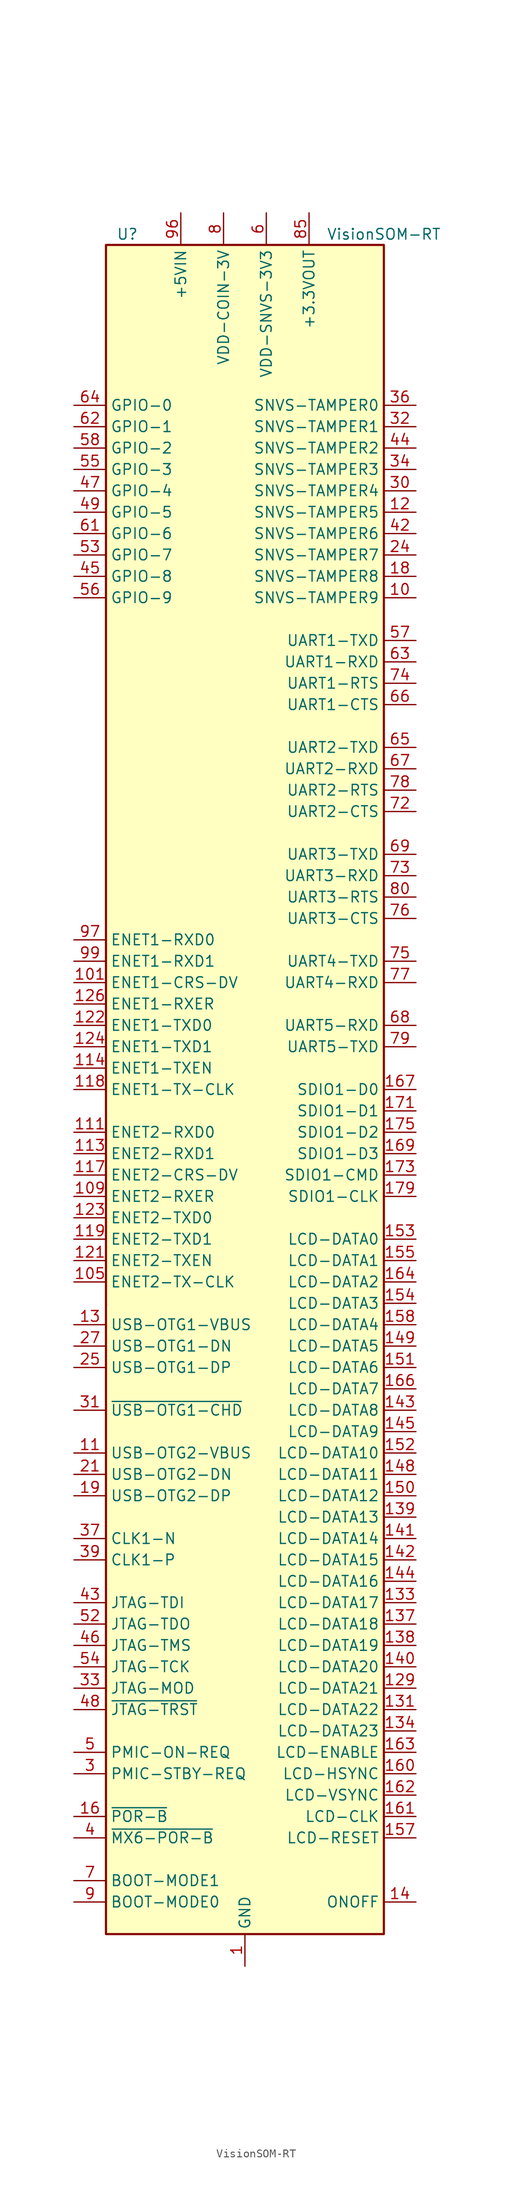
<source format=kicad_sym>
(kicad_symbol_lib
  (version 20211014)
  (generator kicad_symbol_editor)
  (symbol "VisionSOM-RT"
    (property "Reference" "U"
      (at -13.97 101.6 0)
      (effects (font (size 1.27 1.27))))
    (property "Value" "VisionSOM-RT"
      (at 16.51 101.6 0)
      (effects (font (size 1.27 1.27))))
    (symbol "VisionSOM-RT_0_1"
      (rectangle (start -16.51 100.33) (end 16.51 -100.33) (stroke (width 0.254) (type default) (color 0 0 0 0)) (fill (type background))))
    (symbol "VisionSOM-RT_1_1"
      (pin power_in line (at 0 -104.14 90) (length 3.81) (name "GND" (effects (font (size 1.27 1.27)))) (number "1" (effects (font (size 1.27 1.27)))))
      (pin bidirectional line (at 20.32 58.42 180) (length 3.81) (name "SNVS-TAMPER9" (effects (font (size 1.27 1.27)))) (number "10" (effects (font (size 1.27 1.27)))))
      (pin passive line (at -7.62 104.14 270) (length 3.81) hide (name "+5VIN" (effects (font (size 1.27 1.27)))) (number "100" (effects (font (size 1.27 1.27)))))
      (pin bidirectional line (at -20.32 12.7 0) (length 3.81) (name "ENET1-CRS-DV" (effects (font (size 1.27 1.27)))) (number "101" (effects (font (size 1.27 1.27)))))
      (pin passive line (at -7.62 104.14 270) (length 3.81) hide (name "+5VIN" (effects (font (size 1.27 1.27)))) (number "102" (effects (font (size 1.27 1.27)))))
      (pin passive line (at 0 -104.14 90) (length 3.81) hide (name "GND" (effects (font (size 1.27 1.27)))) (number "103" (effects (font (size 1.27 1.27)))))
      (pin passive line (at -7.62 104.14 270) (length 3.81) hide (name "+5VIN" (effects (font (size 1.27 1.27)))) (number "104" (effects (font (size 1.27 1.27)))))
      (pin bidirectional line (at -20.32 -22.86 0) (length 3.81) (name "ENET2-TX-CLK" (effects (font (size 1.27 1.27)))) (number "105" (effects (font (size 1.27 1.27)))))
      (pin passive line (at -7.62 104.14 270) (length 3.81) hide (name "+5VIN" (effects (font (size 1.27 1.27)))) (number "106" (effects (font (size 1.27 1.27)))))
      (pin passive line (at 0 -104.14 90) (length 3.81) hide (name "GND" (effects (font (size 1.27 1.27)))) (number "107" (effects (font (size 1.27 1.27)))))
      (pin passive line (at -7.62 104.14 270) (length 3.81) hide (name "+5VIN" (effects (font (size 1.27 1.27)))) (number "108" (effects (font (size 1.27 1.27)))))
      (pin bidirectional line (at -20.32 -12.7 0) (length 3.81) (name "ENET2-RXER" (effects (font (size 1.27 1.27)))) (number "109" (effects (font (size 1.27 1.27)))))
      (pin input line (at -20.32 -43.18 0) (length 3.81) (name "USB-OTG2-VBUS" (effects (font (size 1.27 1.27)))) (number "11" (effects (font (size 1.27 1.27)))))
      (pin passive line (at -7.62 104.14 270) (length 3.81) hide (name "+5VIN" (effects (font (size 1.27 1.27)))) (number "110" (effects (font (size 1.27 1.27)))))
      (pin bidirectional line (at -20.32 -5.08 0) (length 3.81) (name "ENET2-RXD0" (effects (font (size 1.27 1.27)))) (number "111" (effects (font (size 1.27 1.27)))))
      (pin passive line (at -7.62 104.14 270) (length 3.81) hide (name "+5VIN" (effects (font (size 1.27 1.27)))) (number "112" (effects (font (size 1.27 1.27)))))
      (pin bidirectional line (at -20.32 -7.62 0) (length 3.81) (name "ENET2-RXD1" (effects (font (size 1.27 1.27)))) (number "113" (effects (font (size 1.27 1.27)))))
      (pin bidirectional line (at -20.32 2.54 0) (length 3.81) (name "ENET1-TXEN" (effects (font (size 1.27 1.27)))) (number "114" (effects (font (size 1.27 1.27)))))
      (pin passive line (at 0 -104.14 90) (length 3.81) hide (name "GND" (effects (font (size 1.27 1.27)))) (number "115" (effects (font (size 1.27 1.27)))))
      (pin passive line (at 0 -104.14 90) (length 3.81) hide (name "GND" (effects (font (size 1.27 1.27)))) (number "116" (effects (font (size 1.27 1.27)))))
      (pin bidirectional line (at -20.32 -10.16 0) (length 3.81) (name "ENET2-CRS-DV" (effects (font (size 1.27 1.27)))) (number "117" (effects (font (size 1.27 1.27)))))
      (pin bidirectional line (at -20.32 0 0) (length 3.81) (name "ENET1-TX-CLK" (effects (font (size 1.27 1.27)))) (number "118" (effects (font (size 1.27 1.27)))))
      (pin bidirectional line (at -20.32 -17.78 0) (length 3.81) (name "ENET2-TXD1" (effects (font (size 1.27 1.27)))) (number "119" (effects (font (size 1.27 1.27)))))
      (pin bidirectional line (at 20.32 68.58 180) (length 3.81) (name "SNVS-TAMPER5" (effects (font (size 1.27 1.27)))) (number "12" (effects (font (size 1.27 1.27)))))
      (pin passive line (at 0 -104.14 90) (length 3.81) hide (name "GND" (effects (font (size 1.27 1.27)))) (number "120" (effects (font (size 1.27 1.27)))))
      (pin bidirectional line (at -20.32 -20.32 0) (length 3.81) (name "ENET2-TXEN" (effects (font (size 1.27 1.27)))) (number "121" (effects (font (size 1.27 1.27)))))
      (pin bidirectional line (at -20.32 7.62 0) (length 3.81) (name "ENET1-TXD0" (effects (font (size 1.27 1.27)))) (number "122" (effects (font (size 1.27 1.27)))))
      (pin bidirectional line (at -20.32 -15.24 0) (length 3.81) (name "ENET2-TXD0" (effects (font (size 1.27 1.27)))) (number "123" (effects (font (size 1.27 1.27)))))
      (pin bidirectional line (at -20.32 5.08 0) (length 3.81) (name "ENET1-TXD1" (effects (font (size 1.27 1.27)))) (number "124" (effects (font (size 1.27 1.27)))))
      (pin passive line (at 0 -104.14 90) (length 3.81) hide (name "GND" (effects (font (size 1.27 1.27)))) (number "125" (effects (font (size 1.27 1.27)))))
      (pin bidirectional line (at -20.32 10.16 0) (length 3.81) (name "ENET1-RXER" (effects (font (size 1.27 1.27)))) (number "126" (effects (font (size 1.27 1.27)))))
      (pin passive line (at 0 -104.14 90) (length 3.81) hide (name "GND" (effects (font (size 1.27 1.27)))) (number "127" (effects (font (size 1.27 1.27)))))
      (pin passive line (at 0 -104.14 90) (length 3.81) hide (name "GND" (effects (font (size 1.27 1.27)))) (number "128" (effects (font (size 1.27 1.27)))))
      (pin bidirectional line (at 20.32 -71.12 180) (length 3.81) (name "LCD-DATA21" (effects (font (size 1.27 1.27)))) (number "129" (effects (font (size 1.27 1.27)))))
      (pin input line (at -20.32 -27.94 0) (length 3.81) (name "USB-OTG1-VBUS" (effects (font (size 1.27 1.27)))) (number "13" (effects (font (size 1.27 1.27)))))
      (pin passive line (at 0 -104.14 90) (length 3.81) hide (name "GND" (effects (font (size 1.27 1.27)))) (number "130" (effects (font (size 1.27 1.27)))))
      (pin bidirectional line (at 20.32 -73.66 180) (length 3.81) (name "LCD-DATA22" (effects (font (size 1.27 1.27)))) (number "131" (effects (font (size 1.27 1.27)))))
      (pin passive line (at 0 -104.14 90) (length 3.81) hide (name "GND" (effects (font (size 1.27 1.27)))) (number "132" (effects (font (size 1.27 1.27)))))
      (pin bidirectional line (at 20.32 -60.96 180) (length 3.81) (name "LCD-DATA17" (effects (font (size 1.27 1.27)))) (number "133" (effects (font (size 1.27 1.27)))))
      (pin bidirectional line (at 20.32 -76.2 180) (length 3.81) (name "LCD-DATA23" (effects (font (size 1.27 1.27)))) (number "134" (effects (font (size 1.27 1.27)))))
      (pin passive line (at 0 -104.14 90) (length 3.81) hide (name "GND" (effects (font (size 1.27 1.27)))) (number "135" (effects (font (size 1.27 1.27)))))
      (pin passive line (at 0 -104.14 90) (length 3.81) hide (name "GND" (effects (font (size 1.27 1.27)))) (number "136" (effects (font (size 1.27 1.27)))))
      (pin bidirectional line (at 20.32 -63.5 180) (length 3.81) (name "LCD-DATA18" (effects (font (size 1.27 1.27)))) (number "137" (effects (font (size 1.27 1.27)))))
      (pin bidirectional line (at 20.32 -66.04 180) (length 3.81) (name "LCD-DATA19" (effects (font (size 1.27 1.27)))) (number "138" (effects (font (size 1.27 1.27)))))
      (pin bidirectional line (at 20.32 -50.8 180) (length 3.81) (name "LCD-DATA13" (effects (font (size 1.27 1.27)))) (number "139" (effects (font (size 1.27 1.27)))))
      (pin input line (at 20.32 -96.52 180) (length 3.81) (name "ONOFF" (effects (font (size 1.27 1.27)))) (number "14" (effects (font (size 1.27 1.27)))))
      (pin bidirectional line (at 20.32 -68.58 180) (length 3.81) (name "LCD-DATA20" (effects (font (size 1.27 1.27)))) (number "140" (effects (font (size 1.27 1.27)))))
      (pin bidirectional line (at 20.32 -53.34 180) (length 3.81) (name "LCD-DATA14" (effects (font (size 1.27 1.27)))) (number "141" (effects (font (size 1.27 1.27)))))
      (pin bidirectional line (at 20.32 -55.88 180) (length 3.81) (name "LCD-DATA15" (effects (font (size 1.27 1.27)))) (number "142" (effects (font (size 1.27 1.27)))))
      (pin bidirectional line (at 20.32 -38.1 180) (length 3.81) (name "LCD-DATA8" (effects (font (size 1.27 1.27)))) (number "143" (effects (font (size 1.27 1.27)))))
      (pin bidirectional line (at 20.32 -58.42 180) (length 3.81) (name "LCD-DATA16" (effects (font (size 1.27 1.27)))) (number "144" (effects (font (size 1.27 1.27)))))
      (pin bidirectional line (at 20.32 -40.64 180) (length 3.81) (name "LCD-DATA9" (effects (font (size 1.27 1.27)))) (number "145" (effects (font (size 1.27 1.27)))))
      (pin passive line (at 0 -104.14 90) (length 3.81) hide (name "GND" (effects (font (size 1.27 1.27)))) (number "146" (effects (font (size 1.27 1.27)))))
      (pin passive line (at 0 -104.14 90) (length 3.81) hide (name "GND" (effects (font (size 1.27 1.27)))) (number "147" (effects (font (size 1.27 1.27)))))
      (pin bidirectional line (at 20.32 -45.72 180) (length 3.81) (name "LCD-DATA11" (effects (font (size 1.27 1.27)))) (number "148" (effects (font (size 1.27 1.27)))))
      (pin bidirectional line (at 20.32 -30.48 180) (length 3.81) (name "LCD-DATA5" (effects (font (size 1.27 1.27)))) (number "149" (effects (font (size 1.27 1.27)))))
      (pin passive line (at 0 -104.14 90) (length 3.81) hide (name "GND" (effects (font (size 1.27 1.27)))) (number "15" (effects (font (size 1.27 1.27)))))
      (pin bidirectional line (at 20.32 -48.26 180) (length 3.81) (name "LCD-DATA12" (effects (font (size 1.27 1.27)))) (number "150" (effects (font (size 1.27 1.27)))))
      (pin bidirectional line (at 20.32 -33.02 180) (length 3.81) (name "LCD-DATA6" (effects (font (size 1.27 1.27)))) (number "151" (effects (font (size 1.27 1.27)))))
      (pin bidirectional line (at 20.32 -43.18 180) (length 3.81) (name "LCD-DATA10" (effects (font (size 1.27 1.27)))) (number "152" (effects (font (size 1.27 1.27)))))
      (pin bidirectional line (at 20.32 -17.78 180) (length 3.81) (name "LCD-DATA0" (effects (font (size 1.27 1.27)))) (number "153" (effects (font (size 1.27 1.27)))))
      (pin bidirectional line (at 20.32 -25.4 180) (length 3.81) (name "LCD-DATA3" (effects (font (size 1.27 1.27)))) (number "154" (effects (font (size 1.27 1.27)))))
      (pin bidirectional line (at 20.32 -20.32 180) (length 3.81) (name "LCD-DATA1" (effects (font (size 1.27 1.27)))) (number "155" (effects (font (size 1.27 1.27)))))
      (pin passive line (at 0 -104.14 90) (length 3.81) hide (name "GND" (effects (font (size 1.27 1.27)))) (number "156" (effects (font (size 1.27 1.27)))))
      (pin bidirectional line (at 20.32 -88.9 180) (length 3.81) (name "LCD-RESET" (effects (font (size 1.27 1.27)))) (number "157" (effects (font (size 1.27 1.27)))))
      (pin bidirectional line (at 20.32 -27.94 180) (length 3.81) (name "LCD-DATA4" (effects (font (size 1.27 1.27)))) (number "158" (effects (font (size 1.27 1.27)))))
      (pin passive line (at 0 -104.14 90) (length 3.81) hide (name "GND" (effects (font (size 1.27 1.27)))) (number "159" (effects (font (size 1.27 1.27)))))
      (pin input line (at -20.32 -86.36 0) (length 3.81) (name "~{POR-B}" (effects (font (size 1.27 1.27)))) (number "16" (effects (font (size 1.27 1.27)))))
      (pin bidirectional line (at 20.32 -81.28 180) (length 3.81) (name "LCD-HSYNC" (effects (font (size 1.27 1.27)))) (number "160" (effects (font (size 1.27 1.27)))))
      (pin bidirectional line (at 20.32 -86.36 180) (length 3.81) (name "LCD-CLK" (effects (font (size 1.27 1.27)))) (number "161" (effects (font (size 1.27 1.27)))))
      (pin bidirectional line (at 20.32 -83.82 180) (length 3.81) (name "LCD-VSYNC" (effects (font (size 1.27 1.27)))) (number "162" (effects (font (size 1.27 1.27)))))
      (pin bidirectional line (at 20.32 -78.74 180) (length 3.81) (name "LCD-ENABLE" (effects (font (size 1.27 1.27)))) (number "163" (effects (font (size 1.27 1.27)))))
      (pin bidirectional line (at 20.32 -22.86 180) (length 3.81) (name "LCD-DATA2" (effects (font (size 1.27 1.27)))) (number "164" (effects (font (size 1.27 1.27)))))
      (pin passive line (at 0 -104.14 90) (length 3.81) hide (name "GND" (effects (font (size 1.27 1.27)))) (number "165" (effects (font (size 1.27 1.27)))))
      (pin bidirectional line (at 20.32 -35.56 180) (length 3.81) (name "LCD-DATA7" (effects (font (size 1.27 1.27)))) (number "166" (effects (font (size 1.27 1.27)))))
      (pin bidirectional line (at 20.32 0 180) (length 3.81) (name "SDIO1-D0" (effects (font (size 1.27 1.27)))) (number "167" (effects (font (size 1.27 1.27)))))
      (pin passive line (at 0 -104.14 90) (length 3.81) hide (name "GND" (effects (font (size 1.27 1.27)))) (number "168" (effects (font (size 1.27 1.27)))))
      (pin bidirectional line (at 20.32 -7.62 180) (length 3.81) (name "SDIO1-D3" (effects (font (size 1.27 1.27)))) (number "169" (effects (font (size 1.27 1.27)))))
      (pin passive line (at 0 -104.14 90) (length 3.81) hide (name "GND" (effects (font (size 1.27 1.27)))) (number "17" (effects (font (size 1.27 1.27)))))
      (pin passive line (at 0 -104.14 90) (length 3.81) hide (name "GND" (effects (font (size 1.27 1.27)))) (number "170" (effects (font (size 1.27 1.27)))))
      (pin bidirectional line (at 20.32 -2.54 180) (length 3.81) (name "SDIO1-D1" (effects (font (size 1.27 1.27)))) (number "171" (effects (font (size 1.27 1.27)))))
      (pin passive line (at 0 -104.14 90) (length 3.81) hide (name "GND" (effects (font (size 1.27 1.27)))) (number "172" (effects (font (size 1.27 1.27)))))
      (pin bidirectional line (at 20.32 -10.16 180) (length 3.81) (name "SDIO1-CMD" (effects (font (size 1.27 1.27)))) (number "173" (effects (font (size 1.27 1.27)))))
      (pin passive line (at 0 -104.14 90) (length 3.81) hide (name "GND" (effects (font (size 1.27 1.27)))) (number "174" (effects (font (size 1.27 1.27)))))
      (pin bidirectional line (at 20.32 -5.08 180) (length 3.81) (name "SDIO1-D2" (effects (font (size 1.27 1.27)))) (number "175" (effects (font (size 1.27 1.27)))))
      (pin no_connect line (at -5.08 -99.06 90) (length 3.81) hide (name "NC" (effects (font (size 1.27 1.27)))) (number "176" (effects (font (size 1.27 1.27)))))
      (pin passive line (at 0 -104.14 90) (length 3.81) hide (name "GND" (effects (font (size 1.27 1.27)))) (number "177" (effects (font (size 1.27 1.27)))))
      (pin no_connect line (at -2.54 -99.06 90) (length 3.81) hide (name "NC" (effects (font (size 1.27 1.27)))) (number "178" (effects (font (size 1.27 1.27)))))
      (pin bidirectional line (at 20.32 -12.7 180) (length 3.81) (name "SDIO1-CLK" (effects (font (size 1.27 1.27)))) (number "179" (effects (font (size 1.27 1.27)))))
      (pin bidirectional line (at 20.32 60.96 180) (length 3.81) (name "SNVS-TAMPER8" (effects (font (size 1.27 1.27)))) (number "18" (effects (font (size 1.27 1.27)))))
      (pin no_connect line (at 2.54 -99.06 90) (length 3.81) hide (name "NC" (effects (font (size 1.27 1.27)))) (number "180" (effects (font (size 1.27 1.27)))))
      (pin passive line (at 0 -104.14 90) (length 3.81) hide (name "GND" (effects (font (size 1.27 1.27)))) (number "181" (effects (font (size 1.27 1.27)))))
      (pin no_connect line (at 5.08 -99.06 90) (length 3.81) hide (name "NC" (effects (font (size 1.27 1.27)))) (number "182" (effects (font (size 1.27 1.27)))))
      (pin no_connect line (at -15.24 22.86 0) (length 3.81) hide (name "NC" (effects (font (size 1.27 1.27)))) (number "183" (effects (font (size 1.27 1.27)))))
      (pin passive line (at 0 -104.14 90) (length 3.81) hide (name "GND" (effects (font (size 1.27 1.27)))) (number "184" (effects (font (size 1.27 1.27)))))
      (pin passive line (at 0 -104.14 90) (length 3.81) hide (name "GND" (effects (font (size 1.27 1.27)))) (number "185" (effects (font (size 1.27 1.27)))))
      (pin no_connect line (at -15.24 35.56 0) (length 3.81) hide (name "NC" (effects (font (size 1.27 1.27)))) (number "186" (effects (font (size 1.27 1.27)))))
      (pin no_connect line (at -15.24 25.4 0) (length 3.81) hide (name "NC" (effects (font (size 1.27 1.27)))) (number "187" (effects (font (size 1.27 1.27)))))
      (pin no_connect line (at -15.24 33.02 0) (length 3.81) hide (name "NC" (effects (font (size 1.27 1.27)))) (number "188" (effects (font (size 1.27 1.27)))))
      (pin passive line (at 0 -104.14 90) (length 3.81) hide (name "GND" (effects (font (size 1.27 1.27)))) (number "189" (effects (font (size 1.27 1.27)))))
      (pin bidirectional line (at -20.32 -48.26 0) (length 3.81) (name "USB-OTG2-DP" (effects (font (size 1.27 1.27)))) (number "19" (effects (font (size 1.27 1.27)))))
      (pin no_connect line (at -15.24 38.1 0) (length 3.81) hide (name "NC" (effects (font (size 1.27 1.27)))) (number "190" (effects (font (size 1.27 1.27)))))
      (pin no_connect line (at -15.24 40.64 0) (length 3.81) hide (name "NC" (effects (font (size 1.27 1.27)))) (number "191" (effects (font (size 1.27 1.27)))))
      (pin no_connect line (at -15.24 43.18 0) (length 3.81) hide (name "NC" (effects (font (size 1.27 1.27)))) (number "192" (effects (font (size 1.27 1.27)))))
      (pin no_connect line (at -15.24 48.26 0) (length 3.81) hide (name "NC" (effects (font (size 1.27 1.27)))) (number "193" (effects (font (size 1.27 1.27)))))
      (pin no_connect line (at -15.24 45.72 0) (length 3.81) hide (name "NC" (effects (font (size 1.27 1.27)))) (number "194" (effects (font (size 1.27 1.27)))))
      (pin no_connect line (at -15.24 50.8 0) (length 3.81) hide (name "NC" (effects (font (size 1.27 1.27)))) (number "195" (effects (font (size 1.27 1.27)))))
      (pin no_connect line (at -15.24 53.34 0) (length 3.81) hide (name "NC" (effects (font (size 1.27 1.27)))) (number "196" (effects (font (size 1.27 1.27)))))
      (pin no_connect line (at -15.24 30.48 0) (length 3.81) hide (name "NC" (effects (font (size 1.27 1.27)))) (number "197" (effects (font (size 1.27 1.27)))))
      (pin no_connect line (at -15.24 27.94 0) (length 3.81) hide (name "NC" (effects (font (size 1.27 1.27)))) (number "198" (effects (font (size 1.27 1.27)))))
      (pin passive line (at 0 -104.14 90) (length 3.81) hide (name "GND" (effects (font (size 1.27 1.27)))) (number "199" (effects (font (size 1.27 1.27)))))
      (pin passive line (at 0 -104.14 90) (length 3.81) hide (name "GND" (effects (font (size 1.27 1.27)))) (number "2" (effects (font (size 1.27 1.27)))))
      (pin passive line (at 0 -104.14 90) (length 3.81) hide (name "GND" (effects (font (size 1.27 1.27)))) (number "20" (effects (font (size 1.27 1.27)))))
      (pin passive line (at 0 -104.14 90) (length 3.81) hide (name "GND" (effects (font (size 1.27 1.27)))) (number "200" (effects (font (size 1.27 1.27)))))
      (pin bidirectional line (at -20.32 -45.72 0) (length 3.81) (name "USB-OTG2-DN" (effects (font (size 1.27 1.27)))) (number "21" (effects (font (size 1.27 1.27)))))
      (pin passive line (at 0 -104.14 90) (length 3.81) hide (name "GND" (effects (font (size 1.27 1.27)))) (number "22" (effects (font (size 1.27 1.27)))))
      (pin passive line (at 0 -104.14 90) (length 3.81) hide (name "GND" (effects (font (size 1.27 1.27)))) (number "23" (effects (font (size 1.27 1.27)))))
      (pin bidirectional line (at 20.32 63.5 180) (length 3.81) (name "SNVS-TAMPER7" (effects (font (size 1.27 1.27)))) (number "24" (effects (font (size 1.27 1.27)))))
      (pin bidirectional line (at -20.32 -33.02 0) (length 3.81) (name "USB-OTG1-DP" (effects (font (size 1.27 1.27)))) (number "25" (effects (font (size 1.27 1.27)))))
      (pin passive line (at 0 -104.14 90) (length 3.81) hide (name "GND" (effects (font (size 1.27 1.27)))) (number "26" (effects (font (size 1.27 1.27)))))
      (pin bidirectional line (at -20.32 -30.48 0) (length 3.81) (name "USB-OTG1-DN" (effects (font (size 1.27 1.27)))) (number "27" (effects (font (size 1.27 1.27)))))
      (pin passive line (at 0 -104.14 90) (length 3.81) hide (name "GND" (effects (font (size 1.27 1.27)))) (number "28" (effects (font (size 1.27 1.27)))))
      (pin passive line (at 0 -104.14 90) (length 3.81) hide (name "GND" (effects (font (size 1.27 1.27)))) (number "29" (effects (font (size 1.27 1.27)))))
      (pin output line (at -20.32 -81.28 0) (length 3.81) (name "PMIC-STBY-REQ" (effects (font (size 1.27 1.27)))) (number "3" (effects (font (size 1.27 1.27)))))
      (pin bidirectional line (at 20.32 71.12 180) (length 3.81) (name "SNVS-TAMPER4" (effects (font (size 1.27 1.27)))) (number "30" (effects (font (size 1.27 1.27)))))
      (pin open_collector line (at -20.32 -38.1 0) (length 3.81) (name "~{USB-OTG1-CHD}" (effects (font (size 1.27 1.27)))) (number "31" (effects (font (size 1.27 1.27)))))
      (pin bidirectional line (at 20.32 78.74 180) (length 3.81) (name "SNVS-TAMPER1" (effects (font (size 1.27 1.27)))) (number "32" (effects (font (size 1.27 1.27)))))
      (pin bidirectional line (at -20.32 -71.12 0) (length 3.81) (name "JTAG-MOD" (effects (font (size 1.27 1.27)))) (number "33" (effects (font (size 1.27 1.27)))))
      (pin bidirectional line (at 20.32 73.66 180) (length 3.81) (name "SNVS-TAMPER3" (effects (font (size 1.27 1.27)))) (number "34" (effects (font (size 1.27 1.27)))))
      (pin passive line (at 0 -104.14 90) (length 3.81) hide (name "GND" (effects (font (size 1.27 1.27)))) (number "35" (effects (font (size 1.27 1.27)))))
      (pin bidirectional line (at 20.32 81.28 180) (length 3.81) (name "SNVS-TAMPER0" (effects (font (size 1.27 1.27)))) (number "36" (effects (font (size 1.27 1.27)))))
      (pin bidirectional line (at -20.32 -53.34 0) (length 3.81) (name "CLK1-N" (effects (font (size 1.27 1.27)))) (number "37" (effects (font (size 1.27 1.27)))))
      (pin passive line (at 0 -104.14 90) (length 3.81) hide (name "GND" (effects (font (size 1.27 1.27)))) (number "38" (effects (font (size 1.27 1.27)))))
      (pin bidirectional line (at -20.32 -55.88 0) (length 3.81) (name "CLK1-P" (effects (font (size 1.27 1.27)))) (number "39" (effects (font (size 1.27 1.27)))))
      (pin input line (at -20.32 -88.9 0) (length 3.81) (name "~{MX6-POR-B}" (effects (font (size 1.27 1.27)))) (number "4" (effects (font (size 1.27 1.27)))))
      (pin passive line (at 0 -104.14 90) (length 3.81) hide (name "GND" (effects (font (size 1.27 1.27)))) (number "40" (effects (font (size 1.27 1.27)))))
      (pin passive line (at 0 -104.14 90) (length 3.81) hide (name "GND" (effects (font (size 1.27 1.27)))) (number "41" (effects (font (size 1.27 1.27)))))
      (pin bidirectional line (at 20.32 66.04 180) (length 3.81) (name "SNVS-TAMPER6" (effects (font (size 1.27 1.27)))) (number "42" (effects (font (size 1.27 1.27)))))
      (pin bidirectional line (at -20.32 -60.96 0) (length 3.81) (name "JTAG-TDI" (effects (font (size 1.27 1.27)))) (number "43" (effects (font (size 1.27 1.27)))))
      (pin bidirectional line (at 20.32 76.2 180) (length 3.81) (name "SNVS-TAMPER2" (effects (font (size 1.27 1.27)))) (number "44" (effects (font (size 1.27 1.27)))))
      (pin bidirectional line (at -20.32 60.96 0) (length 3.81) (name "GPIO-8" (effects (font (size 1.27 1.27)))) (number "45" (effects (font (size 1.27 1.27)))))
      (pin bidirectional line (at -20.32 -66.04 0) (length 3.81) (name "JTAG-TMS" (effects (font (size 1.27 1.27)))) (number "46" (effects (font (size 1.27 1.27)))))
      (pin bidirectional line (at -20.32 71.12 0) (length 3.81) (name "GPIO-4" (effects (font (size 1.27 1.27)))) (number "47" (effects (font (size 1.27 1.27)))))
      (pin bidirectional line (at -20.32 -73.66 0) (length 3.81) (name "~{JTAG-TRST}" (effects (font (size 1.27 1.27)))) (number "48" (effects (font (size 1.27 1.27)))))
      (pin bidirectional line (at -20.32 68.58 0) (length 3.81) (name "GPIO-5" (effects (font (size 1.27 1.27)))) (number "49" (effects (font (size 1.27 1.27)))))
      (pin output line (at -20.32 -78.74 0) (length 3.81) (name "PMIC-ON-REQ" (effects (font (size 1.27 1.27)))) (number "5" (effects (font (size 1.27 1.27)))))
      (pin passive line (at 0 -104.14 90) (length 3.81) hide (name "GND" (effects (font (size 1.27 1.27)))) (number "50" (effects (font (size 1.27 1.27)))))
      (pin passive line (at 0 -104.14 90) (length 3.81) hide (name "GND" (effects (font (size 1.27 1.27)))) (number "51" (effects (font (size 1.27 1.27)))))
      (pin bidirectional line (at -20.32 -63.5 0) (length 3.81) (name "JTAG-TDO" (effects (font (size 1.27 1.27)))) (number "52" (effects (font (size 1.27 1.27)))))
      (pin bidirectional line (at -20.32 63.5 0) (length 3.81) (name "GPIO-7" (effects (font (size 1.27 1.27)))) (number "53" (effects (font (size 1.27 1.27)))))
      (pin bidirectional line (at -20.32 -68.58 0) (length 3.81) (name "JTAG-TCK" (effects (font (size 1.27 1.27)))) (number "54" (effects (font (size 1.27 1.27)))))
      (pin bidirectional line (at -20.32 73.66 0) (length 3.81) (name "GPIO-3" (effects (font (size 1.27 1.27)))) (number "55" (effects (font (size 1.27 1.27)))))
      (pin bidirectional line (at -20.32 58.42 0) (length 3.81) (name "GPIO-9" (effects (font (size 1.27 1.27)))) (number "56" (effects (font (size 1.27 1.27)))))
      (pin bidirectional line (at 20.32 53.34 180) (length 3.81) (name "UART1-TXD" (effects (font (size 1.27 1.27)))) (number "57" (effects (font (size 1.27 1.27)))))
      (pin bidirectional line (at -20.32 76.2 0) (length 3.81) (name "GPIO-2" (effects (font (size 1.27 1.27)))) (number "58" (effects (font (size 1.27 1.27)))))
      (pin passive line (at 0 -104.14 90) (length 3.81) hide (name "GND" (effects (font (size 1.27 1.27)))) (number "59" (effects (font (size 1.27 1.27)))))
      (pin power_in line (at 2.54 104.14 270) (length 3.81) (name "VDD-SNVS-3V3" (effects (font (size 1.27 1.27)))) (number "6" (effects (font (size 1.27 1.27)))))
      (pin passive line (at 0 -104.14 90) (length 3.81) hide (name "GND" (effects (font (size 1.27 1.27)))) (number "60" (effects (font (size 1.27 1.27)))))
      (pin bidirectional line (at -20.32 66.04 0) (length 3.81) (name "GPIO-6" (effects (font (size 1.27 1.27)))) (number "61" (effects (font (size 1.27 1.27)))))
      (pin bidirectional line (at -20.32 78.74 0) (length 3.81) (name "GPIO-1" (effects (font (size 1.27 1.27)))) (number "62" (effects (font (size 1.27 1.27)))))
      (pin bidirectional line (at 20.32 50.8 180) (length 3.81) (name "UART1-RXD" (effects (font (size 1.27 1.27)))) (number "63" (effects (font (size 1.27 1.27)))))
      (pin bidirectional line (at -20.32 81.28 0) (length 3.81) (name "GPIO-0" (effects (font (size 1.27 1.27)))) (number "64" (effects (font (size 1.27 1.27)))))
      (pin bidirectional line (at 20.32 40.64 180) (length 3.81) (name "UART2-TXD" (effects (font (size 1.27 1.27)))) (number "65" (effects (font (size 1.27 1.27)))))
      (pin bidirectional line (at 20.32 45.72 180) (length 3.81) (name "UART1-CTS" (effects (font (size 1.27 1.27)))) (number "66" (effects (font (size 1.27 1.27)))))
      (pin bidirectional line (at 20.32 38.1 180) (length 3.81) (name "UART2-RXD" (effects (font (size 1.27 1.27)))) (number "67" (effects (font (size 1.27 1.27)))))
      (pin bidirectional line (at 20.32 7.62 180) (length 3.81) (name "UART5-RXD" (effects (font (size 1.27 1.27)))) (number "68" (effects (font (size 1.27 1.27)))))
      (pin bidirectional line (at 20.32 27.94 180) (length 3.81) (name "UART3-TXD" (effects (font (size 1.27 1.27)))) (number "69" (effects (font (size 1.27 1.27)))))
      (pin input line (at -20.32 -93.98 0) (length 3.81) (name "BOOT-MODE1" (effects (font (size 1.27 1.27)))) (number "7" (effects (font (size 1.27 1.27)))))
      (pin passive line (at 0 -104.14 90) (length 3.81) hide (name "GND" (effects (font (size 1.27 1.27)))) (number "70" (effects (font (size 1.27 1.27)))))
      (pin passive line (at 0 -104.14 90) (length 3.81) hide (name "GND" (effects (font (size 1.27 1.27)))) (number "71" (effects (font (size 1.27 1.27)))))
      (pin bidirectional line (at 20.32 33.02 180) (length 3.81) (name "UART2-CTS" (effects (font (size 1.27 1.27)))) (number "72" (effects (font (size 1.27 1.27)))))
      (pin bidirectional line (at 20.32 25.4 180) (length 3.81) (name "UART3-RXD" (effects (font (size 1.27 1.27)))) (number "73" (effects (font (size 1.27 1.27)))))
      (pin bidirectional line (at 20.32 48.26 180) (length 3.81) (name "UART1-RTS" (effects (font (size 1.27 1.27)))) (number "74" (effects (font (size 1.27 1.27)))))
      (pin bidirectional line (at 20.32 15.24 180) (length 3.81) (name "UART4-TXD" (effects (font (size 1.27 1.27)))) (number "75" (effects (font (size 1.27 1.27)))))
      (pin bidirectional line (at 20.32 20.32 180) (length 3.81) (name "UART3-CTS" (effects (font (size 1.27 1.27)))) (number "76" (effects (font (size 1.27 1.27)))))
      (pin bidirectional line (at 20.32 12.7 180) (length 3.81) (name "UART4-RXD" (effects (font (size 1.27 1.27)))) (number "77" (effects (font (size 1.27 1.27)))))
      (pin bidirectional line (at 20.32 35.56 180) (length 3.81) (name "UART2-RTS" (effects (font (size 1.27 1.27)))) (number "78" (effects (font (size 1.27 1.27)))))
      (pin bidirectional line (at 20.32 5.08 180) (length 3.81) (name "UART5-TXD" (effects (font (size 1.27 1.27)))) (number "79" (effects (font (size 1.27 1.27)))))
      (pin power_in line (at -2.54 104.14 270) (length 3.81) (name "VDD-COIN-3V" (effects (font (size 1.27 1.27)))) (number "8" (effects (font (size 1.27 1.27)))))
      (pin bidirectional line (at 20.32 22.86 180) (length 3.81) (name "UART3-RTS" (effects (font (size 1.27 1.27)))) (number "80" (effects (font (size 1.27 1.27)))))
      (pin passive line (at 0 -104.14 90) (length 3.81) hide (name "GND" (effects (font (size 1.27 1.27)))) (number "81" (effects (font (size 1.27 1.27)))))
      (pin passive line (at 0 -104.14 90) (length 3.81) hide (name "GND" (effects (font (size 1.27 1.27)))) (number "82" (effects (font (size 1.27 1.27)))))
      (pin no_connect line (at 15.24 -93.98 180) (length 3.81) hide (name "NC" (effects (font (size 1.27 1.27)))) (number "83" (effects (font (size 1.27 1.27)))))
      (pin passive line (at 0 -104.14 90) (length 3.81) hide (name "GND" (effects (font (size 1.27 1.27)))) (number "84" (effects (font (size 1.27 1.27)))))
      (pin power_out line (at 7.62 104.14 270) (length 3.81) (name "+3.3VOUT" (effects (font (size 1.27 1.27)))) (number "85" (effects (font (size 1.27 1.27)))))
      (pin no_connect line (at -15.24 -76.2 0) (length 2.54) hide (name "NC" (effects (font (size 1.27 1.27)))) (number "86" (effects (font (size 1.27 1.27)))))
      (pin passive line (at 7.62 104.14 270) (length 3.81) hide (name "+3.3VOUT" (effects (font (size 1.27 1.27)))) (number "87" (effects (font (size 1.27 1.27)))))
      (pin passive line (at 7.62 104.14 270) (length 3.81) hide (name "+3.3VOUT" (effects (font (size 1.27 1.27)))) (number "88" (effects (font (size 1.27 1.27)))))
      (pin passive line (at 7.62 104.14 270) (length 3.81) hide (name "+3.3VOUT" (effects (font (size 1.27 1.27)))) (number "89" (effects (font (size 1.27 1.27)))))
      (pin input line (at -20.32 -96.52 0) (length 3.81) (name "BOOT-MODE0" (effects (font (size 1.27 1.27)))) (number "9" (effects (font (size 1.27 1.27)))))
      (pin passive line (at 7.62 104.14 270) (length 3.81) hide (name "+3.3VOUT" (effects (font (size 1.27 1.27)))) (number "90" (effects (font (size 1.27 1.27)))))
      (pin passive line (at 7.62 104.14 270) (length 3.81) hide (name "+3.3VOUT" (effects (font (size 1.27 1.27)))) (number "91" (effects (font (size 1.27 1.27)))))
      (pin passive line (at 7.62 104.14 270) (length 3.81) hide (name "+3.3VOUT" (effects (font (size 1.27 1.27)))) (number "92" (effects (font (size 1.27 1.27)))))
      (pin passive line (at 7.62 104.14 270) (length 3.81) hide (name "+3.3VOUT" (effects (font (size 1.27 1.27)))) (number "93" (effects (font (size 1.27 1.27)))))
      (pin no_connect line (at -15.24 -83.82 0) (length 2.54) hide (name "NC" (effects (font (size 1.27 1.27)))) (number "94" (effects (font (size 1.27 1.27)))))
      (pin no_connect line (at -15.24 -91.44 0) (length 2.54) hide (name "NC" (effects (font (size 1.27 1.27)))) (number "95" (effects (font (size 1.27 1.27)))))
      (pin power_in line (at -7.62 104.14 270) (length 3.81) (name "+5VIN" (effects (font (size 1.27 1.27)))) (number "96" (effects (font (size 1.27 1.27)))))
      (pin bidirectional line (at -20.32 17.78 0) (length 3.81) (name "ENET1-RXD0" (effects (font (size 1.27 1.27)))) (number "97" (effects (font (size 1.27 1.27)))))
      (pin passive line (at -7.62 104.14 270) (length 3.81) hide (name "+5VIN" (effects (font (size 1.27 1.27)))) (number "98" (effects (font (size 1.27 1.27)))))
      (pin bidirectional line (at -20.32 15.24 0) (length 3.81) (name "ENET1-RXD1" (effects (font (size 1.27 1.27)))) (number "99" (effects (font (size 1.27 1.27))))))))
</source>
